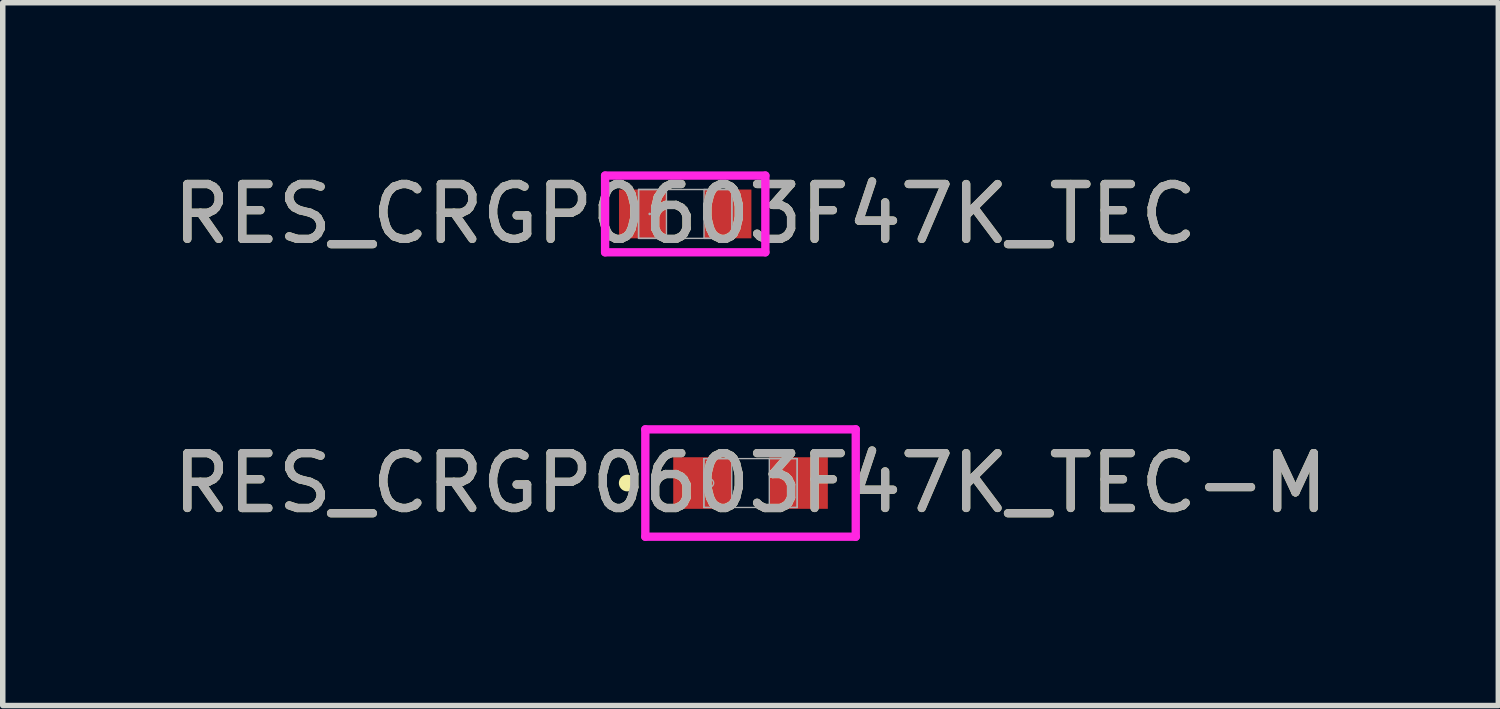
<source format=kicad_pcb>
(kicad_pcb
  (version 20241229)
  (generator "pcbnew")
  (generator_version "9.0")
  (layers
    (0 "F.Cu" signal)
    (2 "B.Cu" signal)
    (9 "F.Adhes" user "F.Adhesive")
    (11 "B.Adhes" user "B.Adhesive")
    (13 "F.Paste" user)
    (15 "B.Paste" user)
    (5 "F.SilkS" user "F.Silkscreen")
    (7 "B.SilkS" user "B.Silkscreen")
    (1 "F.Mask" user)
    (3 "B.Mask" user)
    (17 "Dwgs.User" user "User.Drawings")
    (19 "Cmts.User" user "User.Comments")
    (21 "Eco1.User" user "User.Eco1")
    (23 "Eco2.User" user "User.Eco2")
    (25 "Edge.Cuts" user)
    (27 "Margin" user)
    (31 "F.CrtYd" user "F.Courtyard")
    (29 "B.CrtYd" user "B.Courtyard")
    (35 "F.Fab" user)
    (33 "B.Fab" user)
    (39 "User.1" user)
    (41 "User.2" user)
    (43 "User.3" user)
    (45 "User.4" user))
  (footprint "RES_CRGP0603F47K_TEC"
    (layer "F.Cu")
    (at 9.435 0.848)
    (property "Reference" "RES_CRGP0603F47K_TEC" (at 0 0 0) (unlocked yes) (layer "F.SilkS") (effects (font (size 1 1) (thickness 0.15))))
    (attr smd)
    (fp_line (start -1.46 -0.699) (end 1.46 -0.699) (stroke (width 0.152) (type solid)) (layer "F.CrtYd"))
    (fp_line (start -1.46 0.699) (end -1.46 -0.699) (stroke (width 0.152) (type solid)) (layer "F.CrtYd"))
    (fp_line (start 1.46 -0.699) (end 1.46 0.699) (stroke (width 0.152) (type solid)) (layer "F.CrtYd"))
    (fp_line (start 1.46 0.699) (end -1.46 0.699) (stroke (width 0.152) (type solid)) (layer "F.CrtYd"))
    (fp_line (start -0.85 -0.445) (end -0.85 0.445) (stroke (width 0.025) (type solid)) (layer "F.Fab"))
    (fp_line (start -0.85 -0.445) (end -0.85 0.445) (stroke (width 0.025) (type solid)) (layer "F.Fab"))
    (fp_line (start -0.85 0.445) (end -0.342 0.445) (stroke (width 0.025) (type solid)) (layer "F.Fab"))
    (fp_line (start -0.85 0.445) (end 0.85 0.445) (stroke (width 0.025) (type solid)) (layer "F.Fab"))
    (fp_line (start -0.342 -0.445) (end -0.85 -0.445) (stroke (width 0.025) (type solid)) (layer "F.Fab"))
    (fp_line (start -0.342 0.445) (end -0.342 -0.445) (stroke (width 0.025) (type solid)) (layer "F.Fab"))
    (fp_line (start 0.342 -0.445) (end 0.342 0.445) (stroke (width 0.025) (type solid)) (layer "F.Fab"))
    (fp_line (start 0.342 0.445) (end 0.85 0.445) (stroke (width 0.025) (type solid)) (layer "F.Fab"))
    (fp_line (start 0.85 -0.445) (end -0.85 -0.445) (stroke (width 0.025) (type solid)) (layer "F.Fab"))
    (fp_line (start 0.85 -0.445) (end 0.342 -0.445) (stroke (width 0.025) (type solid)) (layer "F.Fab"))
    (fp_line (start 0.85 0.445) (end 0.85 -0.445) (stroke (width 0.025) (type solid)) (layer "F.Fab"))
    (fp_line (start 0.85 0.445) (end 0.85 -0.445) (stroke (width 0.025) (type solid)) (layer "F.Fab"))
    (fp_circle (center -0.647 0) (end -0.647 0) (stroke (width 0.025) (type solid)) (fill no) (layer "F.Fab"))
    (fp_text user "${REFERENCE}" (at 0 0 0) (unlocked yes) (layer "F.Fab") (effects (font (size 1 1) (thickness 0.15))))
    (pad "1" smd rect (at -0.774 0) (size 0.864 0.889) (layers "F.Cu" "F.Mask" "F.Paste"))
    (pad "2" smd rect (at 0.774 0) (size 0.864 0.889) (layers "F.Cu" "F.Mask" "F.Paste"))
    (zone (net_name "") (layer "F.Cu") (hatch full 0.508) (connect_pads) (min_thickness 0.254) (filled_areas_thickness no) (keepout (tracks not_allowed) (vias not_allowed) (pads allowed) (copperpour not_allowed) (footprints allowed)) (placement (enabled no)) (fill) (polygon (pts (xy 9.143 0.455) (xy 9.726 0.455) (xy 9.726 1.242) (xy 9.143 1.242)))))
  (footprint "RES_CRGP0603F47K_TEC-M"
    (layer "F.Cu")
    (at 10.625 5.751)
    (property "Reference" "RES_CRGP0603F47K_TEC-M" (at 0 0 0) (unlocked yes) (layer "F.SilkS") (effects (font (size 1 1) (thickness 0.15))))
    (attr smd)
    (fp_circle (center -2.247 0) (end -2.171 0) (stroke (width 0.152) (type solid)) (fill no) (layer "F.SilkS"))
    (fp_line (start -1.917 -0.978) (end 1.917 -0.978) (stroke (width 0.152) (type solid)) (layer "F.CrtYd"))
    (fp_line (start -1.917 0.978) (end -1.917 -0.978) (stroke (width 0.152) (type solid)) (layer "F.CrtYd"))
    (fp_line (start 1.917 -0.978) (end 1.917 0.978) (stroke (width 0.152) (type solid)) (layer "F.CrtYd"))
    (fp_line (start 1.917 0.978) (end -1.917 0.978) (stroke (width 0.152) (type solid)) (layer "F.CrtYd"))
    (fp_line (start -0.85 -0.445) (end -0.85 0.445) (stroke (width 0.025) (type solid)) (layer "F.Fab"))
    (fp_line (start -0.85 -0.445) (end -0.85 0.445) (stroke (width 0.025) (type solid)) (layer "F.Fab"))
    (fp_line (start -0.85 0.445) (end -0.342 0.445) (stroke (width 0.025) (type solid)) (layer "F.Fab"))
    (fp_line (start -0.85 0.445) (end 0.85 0.445) (stroke (width 0.025) (type solid)) (layer "F.Fab"))
    (fp_line (start -0.342 -0.445) (end -0.85 -0.445) (stroke (width 0.025) (type solid)) (layer "F.Fab"))
    (fp_line (start -0.342 0.445) (end -0.342 -0.445) (stroke (width 0.025) (type solid)) (layer "F.Fab"))
    (fp_line (start 0.342 -0.445) (end 0.342 0.445) (stroke (width 0.025) (type solid)) (layer "F.Fab"))
    (fp_line (start 0.342 0.445) (end 0.85 0.445) (stroke (width 0.025) (type solid)) (layer "F.Fab"))
    (fp_line (start 0.85 -0.445) (end -0.85 -0.445) (stroke (width 0.025) (type solid)) (layer "F.Fab"))
    (fp_line (start 0.85 -0.445) (end 0.342 -0.445) (stroke (width 0.025) (type solid)) (layer "F.Fab"))
    (fp_line (start 0.85 0.445) (end 0.85 -0.445) (stroke (width 0.025) (type solid)) (layer "F.Fab"))
    (fp_line (start 0.85 0.445) (end 0.85 -0.445) (stroke (width 0.025) (type solid)) (layer "F.Fab"))
    (fp_circle (center -0.748 0) (end -0.672 0) (stroke (width 0.025) (type solid)) (fill no) (layer "F.Fab"))
    (fp_text user "${REFERENCE}" (at 0 0 0) (unlocked yes) (layer "F.Fab") (effects (font (size 1 1) (thickness 0.15))))
    (pad "1" smd rect (at -0.875 0) (size 1.067 0.94) (layers "F.Cu" "F.Mask" "F.Paste"))
    (pad "2" smd rect (at 0.875 0) (size 1.067 0.94) (layers "F.Cu" "F.Mask" "F.Paste"))
    (zone (net_name "") (layer "F.Cu") (hatch full 0.508) (connect_pads) (min_thickness 0.254) (filled_areas_thickness no) (keepout (tracks not_allowed) (vias not_allowed) (pads allowed) (copperpour not_allowed) (footprints allowed)) (placement (enabled no)) (fill) (polygon (pts (xy 10.334 5.357) (xy 10.916 5.357) (xy 10.916 6.144) (xy 10.334 6.144)))))
  (gr_rect
    (start -3 -3)
    (end 24.25 9.805)
    (stroke (width 0.1) (type default))
    (fill no)
    (layer "Edge.Cuts")))
</source>
